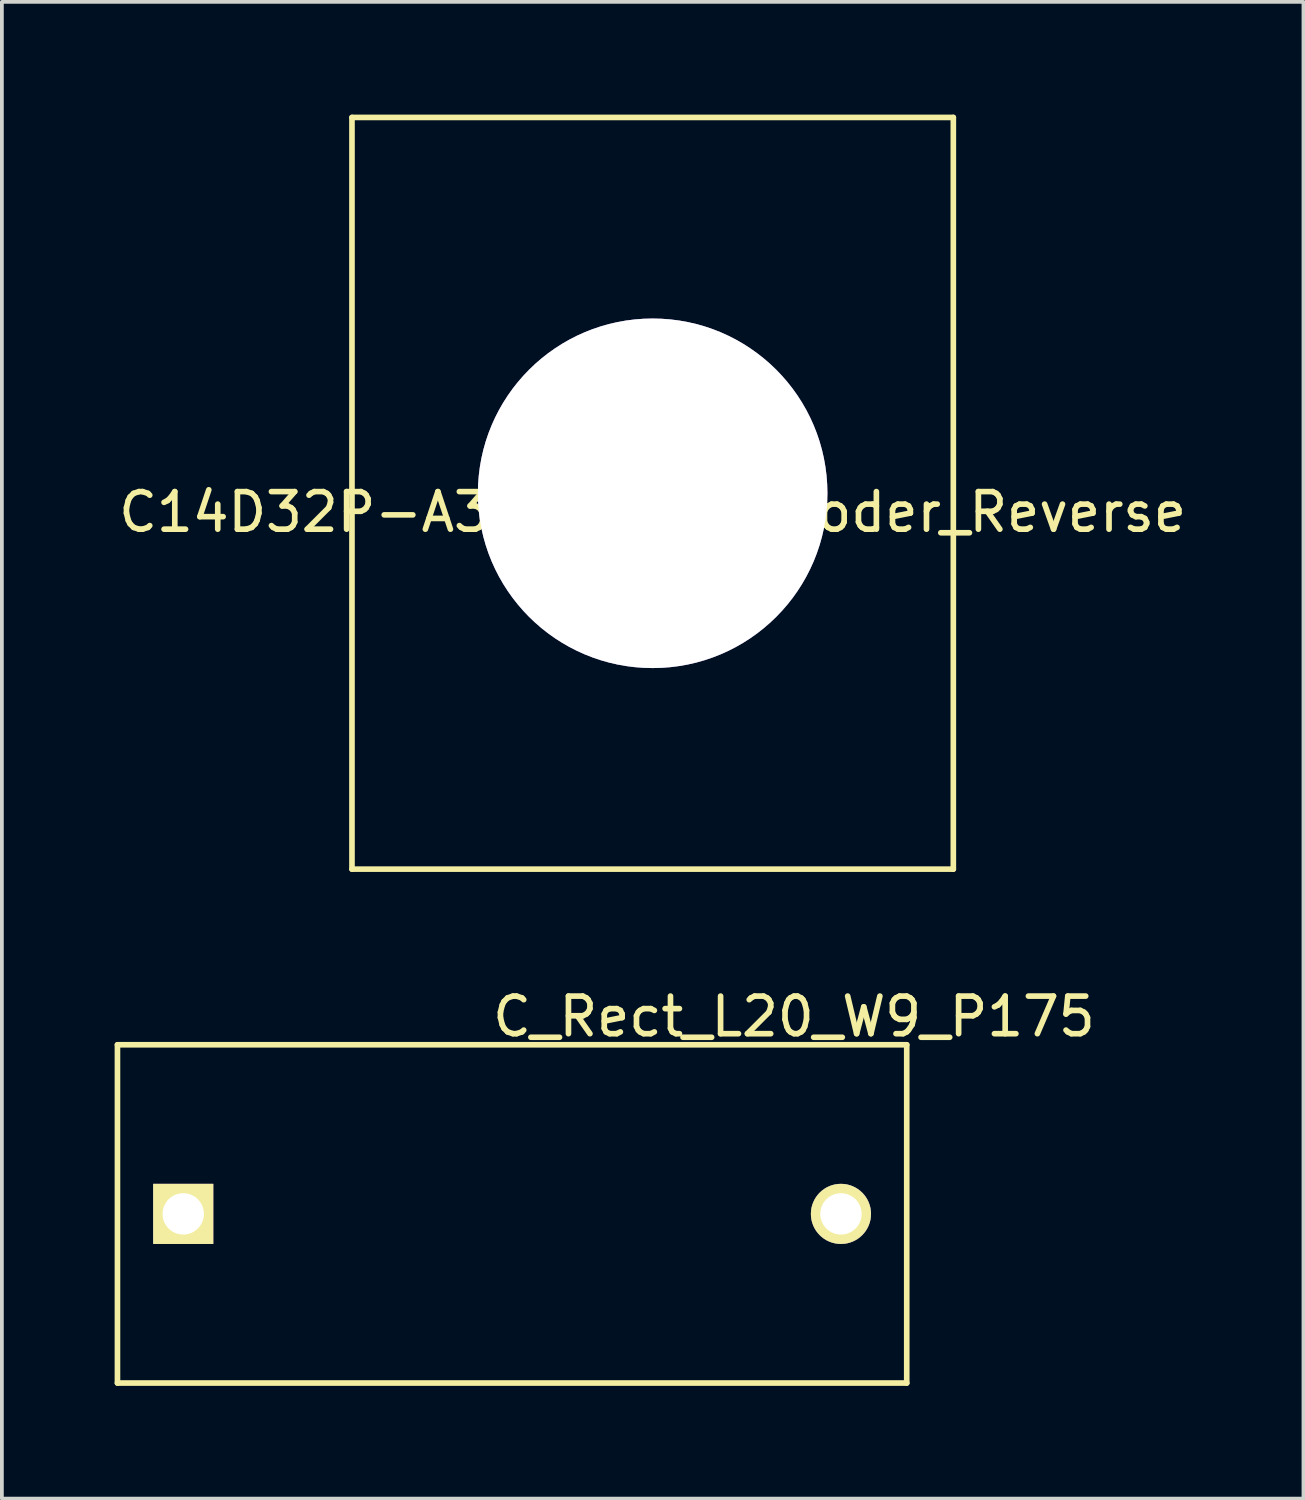
<source format=kicad_pcb>
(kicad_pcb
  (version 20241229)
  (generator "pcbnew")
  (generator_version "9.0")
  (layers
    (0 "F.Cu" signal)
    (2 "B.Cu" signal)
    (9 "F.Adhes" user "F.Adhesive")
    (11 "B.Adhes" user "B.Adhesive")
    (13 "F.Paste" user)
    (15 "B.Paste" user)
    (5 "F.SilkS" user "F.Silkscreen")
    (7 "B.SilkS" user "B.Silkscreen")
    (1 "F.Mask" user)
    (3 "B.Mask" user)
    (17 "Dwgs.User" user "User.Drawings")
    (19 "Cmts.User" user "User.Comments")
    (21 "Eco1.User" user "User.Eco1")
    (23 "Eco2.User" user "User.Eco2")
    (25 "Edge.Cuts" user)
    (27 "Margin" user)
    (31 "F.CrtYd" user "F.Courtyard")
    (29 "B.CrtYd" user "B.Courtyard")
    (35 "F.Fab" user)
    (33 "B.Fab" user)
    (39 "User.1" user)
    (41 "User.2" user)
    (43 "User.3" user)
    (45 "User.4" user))
  (footprint "C_Rect_L20_W9_P175"
    (layer "F.Cu")
    (at 10.575 29.248)
    (property "Reference" "C_Rect_L20_W9_P175" (at 7.5 -5.25 0) (layer "F.SilkS") (effects (font (size 1 1) (thickness 0.15))))
    (attr through_hole)
    (fp_line (start -10.5 -4.5) (end 10.5 -4.5) (stroke (width 0.15) (type solid)) (layer "F.SilkS"))
    (fp_line (start -10.5 4.5) (end -10.5 -4.5) (stroke (width 0.15) (type solid)) (layer "F.SilkS"))
    (fp_line (start 10.5 -4.5) (end 10.5 4.5) (stroke (width 0.15) (type solid)) (layer "F.SilkS"))
    (fp_line (start 10.5 4.5) (end -10.5 4.5) (stroke (width 0.15) (type solid)) (layer "F.SilkS"))
    (pad "1" thru_hole rect (at -8.75 0) (size 1.6 1.6) (drill 1.1) (layers "*.Cu" "*.Mask" "F.SilkS"))
    (pad "2" thru_hole circle (at 8.75 0) (size 1.6 1.6) (drill 1.1) (layers "*.Cu" "*.Mask" "F.SilkS")))
  (footprint "C14D32P-A3_OpticalEncoder_Reverse"
    (layer "F.Cu")
    (at 14.315 10.075)
    (property "Reference" "C14D32P-A3_OpticalEncoder_Reverse" (at 0 0.5 0) (layer "F.SilkS") (effects (font (size 1 1) (thickness 0.15))))
    (attr through_hole)
    (fp_line (start -8 -10) (end -8 10) (stroke (width 0.15) (type solid)) (layer "F.SilkS"))
    (fp_line (start -8 10) (end 8 10) (stroke (width 0.15) (type solid)) (layer "F.SilkS"))
    (fp_line (start 8 -10) (end -8 -10) (stroke (width 0.15) (type solid)) (layer "F.SilkS"))
    (fp_line (start 8 10) (end 8 -10) (stroke (width 0.15) (type solid)) (layer "F.SilkS"))
    (pad "1" thru_hole circle (at 0 0) (size 9.3 9.3) (drill 9.3) (layers "*.Cu" "*.Mask")))
  (gr_rect
    (start -3 -3)
    (end 31.631 36.823)
    (stroke (width 0.1) (type default))
    (fill no)
    (layer "Edge.Cuts")))
</source>
